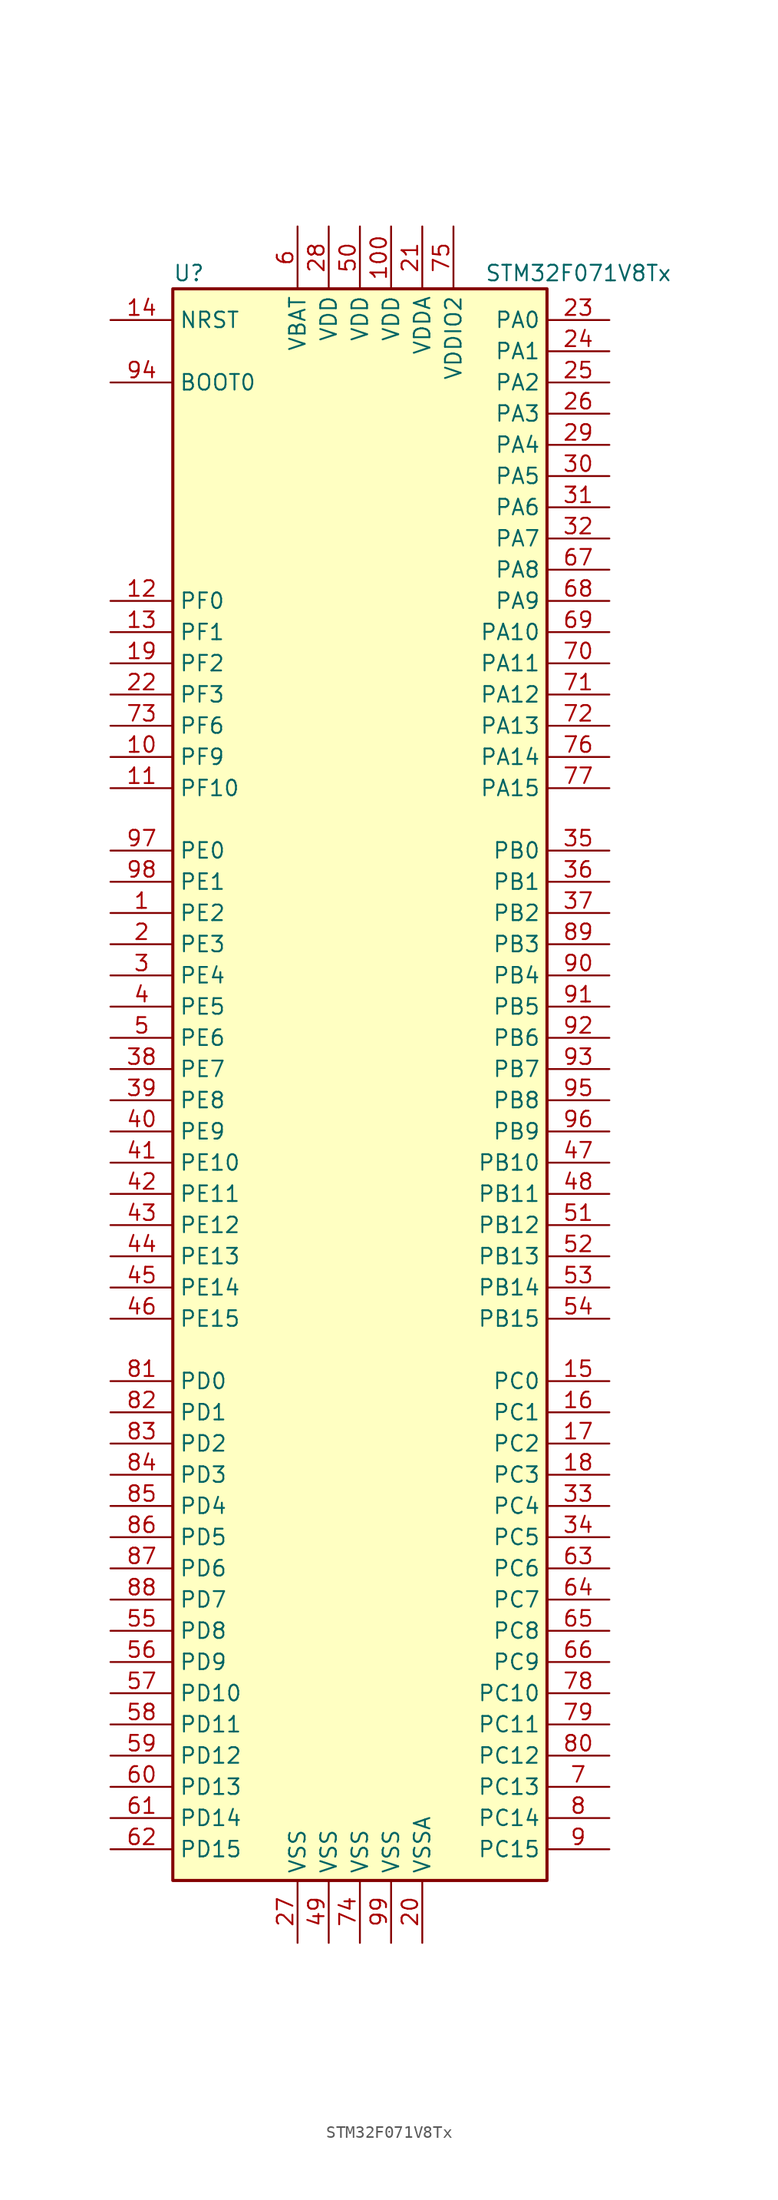
<source format=kicad_sym>
(kicad_symbol_lib
  (version 20201005)
  (generator kicad_symbol_editor)
  (symbol "STM32F071V8Tx"
    (property "Reference" "U"
      (at -15.24 64.77 0)
      (effects (font (size 1.27 1.27)) (justify left)))
    (property "Value" "STM32F071V8Tx"
      (at 10.16 64.77 0)
      (effects (font (size 1.27 1.27)) (justify left)))
    (symbol "STM32F071V8Tx_0_1"
      (rectangle (start -15.24 -66.04) (end 15.24 63.5) (stroke (width 0.254)) (fill (type background))))
    (symbol "STM32F071V8Tx_1_1"
      (pin bidirectional line (at -20.32 12.7 0) (length 5.08) (name "PE2" (effects (font (size 1.27 1.27)))) (number "1" (effects (font (size 1.27 1.27)))))
      (pin bidirectional line (at -20.32 25.4 0) (length 5.08) (name "PF9" (effects (font (size 1.27 1.27)))) (number "10" (effects (font (size 1.27 1.27)))))
      (pin power_in line (at 2.54 68.58 270) (length 5.08) (name "VDD" (effects (font (size 1.27 1.27)))) (number "100" (effects (font (size 1.27 1.27)))))
      (pin bidirectional line (at -20.32 22.86 0) (length 5.08) (name "PF10" (effects (font (size 1.27 1.27)))) (number "11" (effects (font (size 1.27 1.27)))))
      (pin input line (at -20.32 38.1 0) (length 5.08) (name "PF0" (effects (font (size 1.27 1.27)))) (number "12" (effects (font (size 1.27 1.27)))))
      (pin input line (at -20.32 35.56 0) (length 5.08) (name "PF1" (effects (font (size 1.27 1.27)))) (number "13" (effects (font (size 1.27 1.27)))))
      (pin input line (at -20.32 60.96 0) (length 5.08) (name "NRST" (effects (font (size 1.27 1.27)))) (number "14" (effects (font (size 1.27 1.27)))))
      (pin bidirectional line (at 20.32 -25.4 180) (length 5.08) (name "PC0" (effects (font (size 1.27 1.27)))) (number "15" (effects (font (size 1.27 1.27)))))
      (pin bidirectional line (at 20.32 -27.94 180) (length 5.08) (name "PC1" (effects (font (size 1.27 1.27)))) (number "16" (effects (font (size 1.27 1.27)))))
      (pin bidirectional line (at 20.32 -30.48 180) (length 5.08) (name "PC2" (effects (font (size 1.27 1.27)))) (number "17" (effects (font (size 1.27 1.27)))))
      (pin bidirectional line (at 20.32 -33.02 180) (length 5.08) (name "PC3" (effects (font (size 1.27 1.27)))) (number "18" (effects (font (size 1.27 1.27)))))
      (pin bidirectional line (at -20.32 33.02 0) (length 5.08) (name "PF2" (effects (font (size 1.27 1.27)))) (number "19" (effects (font (size 1.27 1.27)))))
      (pin bidirectional line (at -20.32 10.16 0) (length 5.08) (name "PE3" (effects (font (size 1.27 1.27)))) (number "2" (effects (font (size 1.27 1.27)))))
      (pin power_in line (at 5.08 -71.12 90) (length 5.08) (name "VSSA" (effects (font (size 1.27 1.27)))) (number "20" (effects (font (size 1.27 1.27)))))
      (pin power_in line (at 5.08 68.58 270) (length 5.08) (name "VDDA" (effects (font (size 1.27 1.27)))) (number "21" (effects (font (size 1.27 1.27)))))
      (pin bidirectional line (at -20.32 30.48 0) (length 5.08) (name "PF3" (effects (font (size 1.27 1.27)))) (number "22" (effects (font (size 1.27 1.27)))))
      (pin bidirectional line (at 20.32 60.96 180) (length 5.08) (name "PA0" (effects (font (size 1.27 1.27)))) (number "23" (effects (font (size 1.27 1.27)))))
      (pin bidirectional line (at 20.32 58.42 180) (length 5.08) (name "PA1" (effects (font (size 1.27 1.27)))) (number "24" (effects (font (size 1.27 1.27)))))
      (pin bidirectional line (at 20.32 55.88 180) (length 5.08) (name "PA2" (effects (font (size 1.27 1.27)))) (number "25" (effects (font (size 1.27 1.27)))))
      (pin bidirectional line (at 20.32 53.34 180) (length 5.08) (name "PA3" (effects (font (size 1.27 1.27)))) (number "26" (effects (font (size 1.27 1.27)))))
      (pin power_in line (at -5.08 -71.12 90) (length 5.08) (name "VSS" (effects (font (size 1.27 1.27)))) (number "27" (effects (font (size 1.27 1.27)))))
      (pin power_in line (at -2.54 68.58 270) (length 5.08) (name "VDD" (effects (font (size 1.27 1.27)))) (number "28" (effects (font (size 1.27 1.27)))))
      (pin bidirectional line (at 20.32 50.8 180) (length 5.08) (name "PA4" (effects (font (size 1.27 1.27)))) (number "29" (effects (font (size 1.27 1.27)))))
      (pin bidirectional line (at -20.32 7.62 0) (length 5.08) (name "PE4" (effects (font (size 1.27 1.27)))) (number "3" (effects (font (size 1.27 1.27)))))
      (pin bidirectional line (at 20.32 48.26 180) (length 5.08) (name "PA5" (effects (font (size 1.27 1.27)))) (number "30" (effects (font (size 1.27 1.27)))))
      (pin bidirectional line (at 20.32 45.72 180) (length 5.08) (name "PA6" (effects (font (size 1.27 1.27)))) (number "31" (effects (font (size 1.27 1.27)))))
      (pin bidirectional line (at 20.32 43.18 180) (length 5.08) (name "PA7" (effects (font (size 1.27 1.27)))) (number "32" (effects (font (size 1.27 1.27)))))
      (pin bidirectional line (at 20.32 -35.56 180) (length 5.08) (name "PC4" (effects (font (size 1.27 1.27)))) (number "33" (effects (font (size 1.27 1.27)))))
      (pin bidirectional line (at 20.32 -38.1 180) (length 5.08) (name "PC5" (effects (font (size 1.27 1.27)))) (number "34" (effects (font (size 1.27 1.27)))))
      (pin bidirectional line (at 20.32 17.78 180) (length 5.08) (name "PB0" (effects (font (size 1.27 1.27)))) (number "35" (effects (font (size 1.27 1.27)))))
      (pin bidirectional line (at 20.32 15.24 180) (length 5.08) (name "PB1" (effects (font (size 1.27 1.27)))) (number "36" (effects (font (size 1.27 1.27)))))
      (pin bidirectional line (at 20.32 12.7 180) (length 5.08) (name "PB2" (effects (font (size 1.27 1.27)))) (number "37" (effects (font (size 1.27 1.27)))))
      (pin bidirectional line (at -20.32 0 0) (length 5.08) (name "PE7" (effects (font (size 1.27 1.27)))) (number "38" (effects (font (size 1.27 1.27)))))
      (pin bidirectional line (at -20.32 -2.54 0) (length 5.08) (name "PE8" (effects (font (size 1.27 1.27)))) (number "39" (effects (font (size 1.27 1.27)))))
      (pin bidirectional line (at -20.32 5.08 0) (length 5.08) (name "PE5" (effects (font (size 1.27 1.27)))) (number "4" (effects (font (size 1.27 1.27)))))
      (pin bidirectional line (at -20.32 -5.08 0) (length 5.08) (name "PE9" (effects (font (size 1.27 1.27)))) (number "40" (effects (font (size 1.27 1.27)))))
      (pin bidirectional line (at -20.32 -7.62 0) (length 5.08) (name "PE10" (effects (font (size 1.27 1.27)))) (number "41" (effects (font (size 1.27 1.27)))))
      (pin bidirectional line (at -20.32 -10.16 0) (length 5.08) (name "PE11" (effects (font (size 1.27 1.27)))) (number "42" (effects (font (size 1.27 1.27)))))
      (pin bidirectional line (at -20.32 -12.7 0) (length 5.08) (name "PE12" (effects (font (size 1.27 1.27)))) (number "43" (effects (font (size 1.27 1.27)))))
      (pin bidirectional line (at -20.32 -15.24 0) (length 5.08) (name "PE13" (effects (font (size 1.27 1.27)))) (number "44" (effects (font (size 1.27 1.27)))))
      (pin bidirectional line (at -20.32 -17.78 0) (length 5.08) (name "PE14" (effects (font (size 1.27 1.27)))) (number "45" (effects (font (size 1.27 1.27)))))
      (pin bidirectional line (at -20.32 -20.32 0) (length 5.08) (name "PE15" (effects (font (size 1.27 1.27)))) (number "46" (effects (font (size 1.27 1.27)))))
      (pin bidirectional line (at 20.32 -7.62 180) (length 5.08) (name "PB10" (effects (font (size 1.27 1.27)))) (number "47" (effects (font (size 1.27 1.27)))))
      (pin bidirectional line (at 20.32 -10.16 180) (length 5.08) (name "PB11" (effects (font (size 1.27 1.27)))) (number "48" (effects (font (size 1.27 1.27)))))
      (pin power_in line (at -2.54 -71.12 90) (length 5.08) (name "VSS" (effects (font (size 1.27 1.27)))) (number "49" (effects (font (size 1.27 1.27)))))
      (pin bidirectional line (at -20.32 2.54 0) (length 5.08) (name "PE6" (effects (font (size 1.27 1.27)))) (number "5" (effects (font (size 1.27 1.27)))))
      (pin power_in line (at 0 68.58 270) (length 5.08) (name "VDD" (effects (font (size 1.27 1.27)))) (number "50" (effects (font (size 1.27 1.27)))))
      (pin bidirectional line (at 20.32 -12.7 180) (length 5.08) (name "PB12" (effects (font (size 1.27 1.27)))) (number "51" (effects (font (size 1.27 1.27)))))
      (pin bidirectional line (at 20.32 -15.24 180) (length 5.08) (name "PB13" (effects (font (size 1.27 1.27)))) (number "52" (effects (font (size 1.27 1.27)))))
      (pin bidirectional line (at 20.32 -17.78 180) (length 5.08) (name "PB14" (effects (font (size 1.27 1.27)))) (number "53" (effects (font (size 1.27 1.27)))))
      (pin bidirectional line (at 20.32 -20.32 180) (length 5.08) (name "PB15" (effects (font (size 1.27 1.27)))) (number "54" (effects (font (size 1.27 1.27)))))
      (pin bidirectional line (at -20.32 -45.72 0) (length 5.08) (name "PD8" (effects (font (size 1.27 1.27)))) (number "55" (effects (font (size 1.27 1.27)))))
      (pin bidirectional line (at -20.32 -48.26 0) (length 5.08) (name "PD9" (effects (font (size 1.27 1.27)))) (number "56" (effects (font (size 1.27 1.27)))))
      (pin bidirectional line (at -20.32 -50.8 0) (length 5.08) (name "PD10" (effects (font (size 1.27 1.27)))) (number "57" (effects (font (size 1.27 1.27)))))
      (pin bidirectional line (at -20.32 -53.34 0) (length 5.08) (name "PD11" (effects (font (size 1.27 1.27)))) (number "58" (effects (font (size 1.27 1.27)))))
      (pin bidirectional line (at -20.32 -55.88 0) (length 5.08) (name "PD12" (effects (font (size 1.27 1.27)))) (number "59" (effects (font (size 1.27 1.27)))))
      (pin power_in line (at -5.08 68.58 270) (length 5.08) (name "VBAT" (effects (font (size 1.27 1.27)))) (number "6" (effects (font (size 1.27 1.27)))))
      (pin bidirectional line (at -20.32 -58.42 0) (length 5.08) (name "PD13" (effects (font (size 1.27 1.27)))) (number "60" (effects (font (size 1.27 1.27)))))
      (pin bidirectional line (at -20.32 -60.96 0) (length 5.08) (name "PD14" (effects (font (size 1.27 1.27)))) (number "61" (effects (font (size 1.27 1.27)))))
      (pin bidirectional line (at -20.32 -63.5 0) (length 5.08) (name "PD15" (effects (font (size 1.27 1.27)))) (number "62" (effects (font (size 1.27 1.27)))))
      (pin bidirectional line (at 20.32 -40.64 180) (length 5.08) (name "PC6" (effects (font (size 1.27 1.27)))) (number "63" (effects (font (size 1.27 1.27)))))
      (pin bidirectional line (at 20.32 -43.18 180) (length 5.08) (name "PC7" (effects (font (size 1.27 1.27)))) (number "64" (effects (font (size 1.27 1.27)))))
      (pin bidirectional line (at 20.32 -45.72 180) (length 5.08) (name "PC8" (effects (font (size 1.27 1.27)))) (number "65" (effects (font (size 1.27 1.27)))))
      (pin bidirectional line (at 20.32 -48.26 180) (length 5.08) (name "PC9" (effects (font (size 1.27 1.27)))) (number "66" (effects (font (size 1.27 1.27)))))
      (pin bidirectional line (at 20.32 40.64 180) (length 5.08) (name "PA8" (effects (font (size 1.27 1.27)))) (number "67" (effects (font (size 1.27 1.27)))))
      (pin bidirectional line (at 20.32 38.1 180) (length 5.08) (name "PA9" (effects (font (size 1.27 1.27)))) (number "68" (effects (font (size 1.27 1.27)))))
      (pin bidirectional line (at 20.32 35.56 180) (length 5.08) (name "PA10" (effects (font (size 1.27 1.27)))) (number "69" (effects (font (size 1.27 1.27)))))
      (pin bidirectional line (at 20.32 -58.42 180) (length 5.08) (name "PC13" (effects (font (size 1.27 1.27)))) (number "7" (effects (font (size 1.27 1.27)))))
      (pin bidirectional line (at 20.32 33.02 180) (length 5.08) (name "PA11" (effects (font (size 1.27 1.27)))) (number "70" (effects (font (size 1.27 1.27)))))
      (pin bidirectional line (at 20.32 30.48 180) (length 5.08) (name "PA12" (effects (font (size 1.27 1.27)))) (number "71" (effects (font (size 1.27 1.27)))))
      (pin bidirectional line (at 20.32 27.94 180) (length 5.08) (name "PA13" (effects (font (size 1.27 1.27)))) (number "72" (effects (font (size 1.27 1.27)))))
      (pin bidirectional line (at -20.32 27.94 0) (length 5.08) (name "PF6" (effects (font (size 1.27 1.27)))) (number "73" (effects (font (size 1.27 1.27)))))
      (pin power_in line (at 0 -71.12 90) (length 5.08) (name "VSS" (effects (font (size 1.27 1.27)))) (number "74" (effects (font (size 1.27 1.27)))))
      (pin power_in line (at 7.62 68.58 270) (length 5.08) (name "VDDIO2" (effects (font (size 1.27 1.27)))) (number "75" (effects (font (size 1.27 1.27)))))
      (pin bidirectional line (at 20.32 25.4 180) (length 5.08) (name "PA14" (effects (font (size 1.27 1.27)))) (number "76" (effects (font (size 1.27 1.27)))))
      (pin bidirectional line (at 20.32 22.86 180) (length 5.08) (name "PA15" (effects (font (size 1.27 1.27)))) (number "77" (effects (font (size 1.27 1.27)))))
      (pin bidirectional line (at 20.32 -50.8 180) (length 5.08) (name "PC10" (effects (font (size 1.27 1.27)))) (number "78" (effects (font (size 1.27 1.27)))))
      (pin bidirectional line (at 20.32 -53.34 180) (length 5.08) (name "PC11" (effects (font (size 1.27 1.27)))) (number "79" (effects (font (size 1.27 1.27)))))
      (pin bidirectional line (at 20.32 -60.96 180) (length 5.08) (name "PC14" (effects (font (size 1.27 1.27)))) (number "8" (effects (font (size 1.27 1.27)))))
      (pin bidirectional line (at 20.32 -55.88 180) (length 5.08) (name "PC12" (effects (font (size 1.27 1.27)))) (number "80" (effects (font (size 1.27 1.27)))))
      (pin bidirectional line (at -20.32 -25.4 0) (length 5.08) (name "PD0" (effects (font (size 1.27 1.27)))) (number "81" (effects (font (size 1.27 1.27)))))
      (pin bidirectional line (at -20.32 -27.94 0) (length 5.08) (name "PD1" (effects (font (size 1.27 1.27)))) (number "82" (effects (font (size 1.27 1.27)))))
      (pin bidirectional line (at -20.32 -30.48 0) (length 5.08) (name "PD2" (effects (font (size 1.27 1.27)))) (number "83" (effects (font (size 1.27 1.27)))))
      (pin bidirectional line (at -20.32 -33.02 0) (length 5.08) (name "PD3" (effects (font (size 1.27 1.27)))) (number "84" (effects (font (size 1.27 1.27)))))
      (pin bidirectional line (at -20.32 -35.56 0) (length 5.08) (name "PD4" (effects (font (size 1.27 1.27)))) (number "85" (effects (font (size 1.27 1.27)))))
      (pin bidirectional line (at -20.32 -38.1 0) (length 5.08) (name "PD5" (effects (font (size 1.27 1.27)))) (number "86" (effects (font (size 1.27 1.27)))))
      (pin bidirectional line (at -20.32 -40.64 0) (length 5.08) (name "PD6" (effects (font (size 1.27 1.27)))) (number "87" (effects (font (size 1.27 1.27)))))
      (pin bidirectional line (at -20.32 -43.18 0) (length 5.08) (name "PD7" (effects (font (size 1.27 1.27)))) (number "88" (effects (font (size 1.27 1.27)))))
      (pin bidirectional line (at 20.32 10.16 180) (length 5.08) (name "PB3" (effects (font (size 1.27 1.27)))) (number "89" (effects (font (size 1.27 1.27)))))
      (pin bidirectional line (at 20.32 -63.5 180) (length 5.08) (name "PC15" (effects (font (size 1.27 1.27)))) (number "9" (effects (font (size 1.27 1.27)))))
      (pin bidirectional line (at 20.32 7.62 180) (length 5.08) (name "PB4" (effects (font (size 1.27 1.27)))) (number "90" (effects (font (size 1.27 1.27)))))
      (pin bidirectional line (at 20.32 5.08 180) (length 5.08) (name "PB5" (effects (font (size 1.27 1.27)))) (number "91" (effects (font (size 1.27 1.27)))))
      (pin bidirectional line (at 20.32 2.54 180) (length 5.08) (name "PB6" (effects (font (size 1.27 1.27)))) (number "92" (effects (font (size 1.27 1.27)))))
      (pin bidirectional line (at 20.32 0 180) (length 5.08) (name "PB7" (effects (font (size 1.27 1.27)))) (number "93" (effects (font (size 1.27 1.27)))))
      (pin input line (at -20.32 55.88 0) (length 5.08) (name "BOOT0" (effects (font (size 1.27 1.27)))) (number "94" (effects (font (size 1.27 1.27)))))
      (pin bidirectional line (at 20.32 -2.54 180) (length 5.08) (name "PB8" (effects (font (size 1.27 1.27)))) (number "95" (effects (font (size 1.27 1.27)))))
      (pin bidirectional line (at 20.32 -5.08 180) (length 5.08) (name "PB9" (effects (font (size 1.27 1.27)))) (number "96" (effects (font (size 1.27 1.27)))))
      (pin bidirectional line (at -20.32 17.78 0) (length 5.08) (name "PE0" (effects (font (size 1.27 1.27)))) (number "97" (effects (font (size 1.27 1.27)))))
      (pin bidirectional line (at -20.32 15.24 0) (length 5.08) (name "PE1" (effects (font (size 1.27 1.27)))) (number "98" (effects (font (size 1.27 1.27)))))
      (pin power_in line (at 2.54 -71.12 90) (length 5.08) (name "VSS" (effects (font (size 1.27 1.27)))) (number "99" (effects (font (size 1.27 1.27))))))))
</source>
